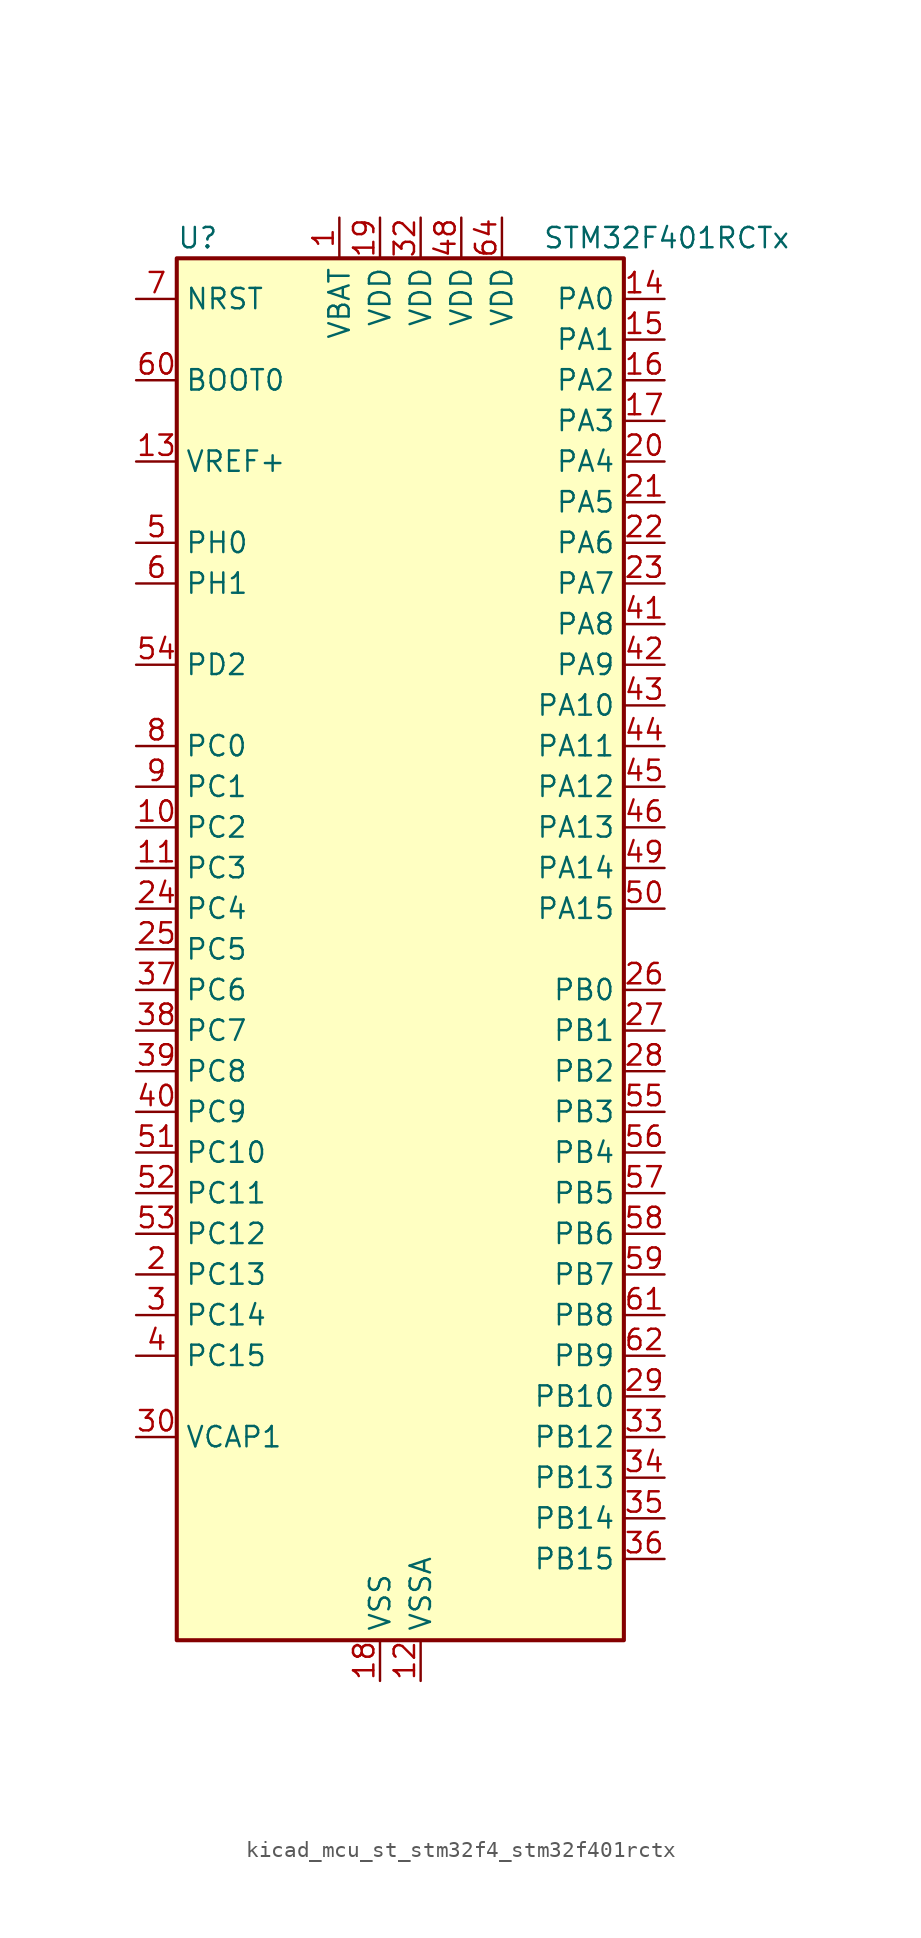
<source format=kicad_sym>
(kicad_symbol_lib
  (version 20220914)
  (generator kicad_symbol_editor)
  (symbol "kicad_mcu_st_stm32f4_stm32f401rctx"
    (property "Reference" "U"
      (at -12.7 44.45 0)
      (effects (font (size 1.27 1.27)) (justify left)))
    (property "Value" "STM32F401RCTx"
      (at 10.16 44.45 0)
      (effects (font (size 1.27 1.27)) (justify left)))
    (property "ki_locked" ""
      (at 0 0 0)
      (effects (font (size 1.27 1.27))))
    (symbol "kicad_mcu_st_stm32f4_stm32f401rctx_0_1"
      (rectangle (start -12.7 -43.18) (end 15.24 43.18) (stroke (width 0.254) (type default)) (fill (type background))))
    (symbol "kicad_mcu_st_stm32f4_stm32f401rctx_1_1"
      (pin power_in line (at -2.54 45.72 270) (length 2.54) (name "VBAT" (effects (font (size 1.27 1.27)))) (number "1" (effects (font (size 1.27 1.27)))))
      (pin bidirectional line (at -15.24 7.62 0) (length 2.54) (name "PC2" (effects (font (size 1.27 1.27)))) (number "10" (effects (font (size 1.27 1.27)))) (alternate "ADC1_IN12" bidirectional line) (alternate "I2S2_ext_SD" bidirectional line) (alternate "SPI2_MISO" bidirectional line))
      (pin bidirectional line (at -15.24 5.08 0) (length 2.54) (name "PC3" (effects (font (size 1.27 1.27)))) (number "11" (effects (font (size 1.27 1.27)))) (alternate "ADC1_IN13" bidirectional line) (alternate "I2S2_SD" bidirectional line) (alternate "SPI2_MOSI" bidirectional line))
      (pin power_in line (at 2.54 -45.72 90) (length 2.54) (name "VSSA" (effects (font (size 1.27 1.27)))) (number "12" (effects (font (size 1.27 1.27)))))
      (pin input line (at -15.24 30.48 0) (length 2.54) (name "VREF+" (effects (font (size 1.27 1.27)))) (number "13" (effects (font (size 1.27 1.27)))))
      (pin bidirectional line (at 17.78 40.64 180) (length 2.54) (name "PA0" (effects (font (size 1.27 1.27)))) (number "14" (effects (font (size 1.27 1.27)))) (alternate "ADC1_IN0" bidirectional line) (alternate "SYS_WKUP" bidirectional line) (alternate "TIM2_CH1" bidirectional line) (alternate "TIM2_ETR" bidirectional line) (alternate "TIM5_CH1" bidirectional line) (alternate "USART2_CTS" bidirectional line))
      (pin bidirectional line (at 17.78 38.1 180) (length 2.54) (name "PA1" (effects (font (size 1.27 1.27)))) (number "15" (effects (font (size 1.27 1.27)))) (alternate "ADC1_IN1" bidirectional line) (alternate "TIM2_CH2" bidirectional line) (alternate "TIM5_CH2" bidirectional line) (alternate "USART2_RTS" bidirectional line))
      (pin bidirectional line (at 17.78 35.56 180) (length 2.54) (name "PA2" (effects (font (size 1.27 1.27)))) (number "16" (effects (font (size 1.27 1.27)))) (alternate "ADC1_IN2" bidirectional line) (alternate "TIM2_CH3" bidirectional line) (alternate "TIM5_CH3" bidirectional line) (alternate "TIM9_CH1" bidirectional line) (alternate "USART2_TX" bidirectional line))
      (pin bidirectional line (at 17.78 33.02 180) (length 2.54) (name "PA3" (effects (font (size 1.27 1.27)))) (number "17" (effects (font (size 1.27 1.27)))) (alternate "ADC1_IN3" bidirectional line) (alternate "TIM2_CH4" bidirectional line) (alternate "TIM5_CH4" bidirectional line) (alternate "TIM9_CH2" bidirectional line) (alternate "USART2_RX" bidirectional line))
      (pin power_in line (at 0 -45.72 90) (length 2.54) (name "VSS" (effects (font (size 1.27 1.27)))) (number "18" (effects (font (size 1.27 1.27)))))
      (pin power_in line (at 0 45.72 270) (length 2.54) (name "VDD" (effects (font (size 1.27 1.27)))) (number "19" (effects (font (size 1.27 1.27)))))
      (pin bidirectional line (at -15.24 -20.32 0) (length 2.54) (name "PC13" (effects (font (size 1.27 1.27)))) (number "2" (effects (font (size 1.27 1.27)))) (alternate "RTC_AF1" bidirectional line))
      (pin bidirectional line (at 17.78 30.48 180) (length 2.54) (name "PA4" (effects (font (size 1.27 1.27)))) (number "20" (effects (font (size 1.27 1.27)))) (alternate "ADC1_IN4" bidirectional line) (alternate "I2S3_WS" bidirectional line) (alternate "SPI1_NSS" bidirectional line) (alternate "SPI3_NSS" bidirectional line) (alternate "USART2_CK" bidirectional line))
      (pin bidirectional line (at 17.78 27.94 180) (length 2.54) (name "PA5" (effects (font (size 1.27 1.27)))) (number "21" (effects (font (size 1.27 1.27)))) (alternate "ADC1_IN5" bidirectional line) (alternate "SPI1_SCK" bidirectional line) (alternate "TIM2_CH1" bidirectional line) (alternate "TIM2_ETR" bidirectional line))
      (pin bidirectional line (at 17.78 25.4 180) (length 2.54) (name "PA6" (effects (font (size 1.27 1.27)))) (number "22" (effects (font (size 1.27 1.27)))) (alternate "ADC1_IN6" bidirectional line) (alternate "SPI1_MISO" bidirectional line) (alternate "TIM1_BKIN" bidirectional line) (alternate "TIM3_CH1" bidirectional line))
      (pin bidirectional line (at 17.78 22.86 180) (length 2.54) (name "PA7" (effects (font (size 1.27 1.27)))) (number "23" (effects (font (size 1.27 1.27)))) (alternate "ADC1_IN7" bidirectional line) (alternate "SPI1_MOSI" bidirectional line) (alternate "TIM1_CH1N" bidirectional line) (alternate "TIM3_CH2" bidirectional line))
      (pin bidirectional line (at -15.24 2.54 0) (length 2.54) (name "PC4" (effects (font (size 1.27 1.27)))) (number "24" (effects (font (size 1.27 1.27)))) (alternate "ADC1_IN14" bidirectional line))
      (pin bidirectional line (at -15.24 0 0) (length 2.54) (name "PC5" (effects (font (size 1.27 1.27)))) (number "25" (effects (font (size 1.27 1.27)))) (alternate "ADC1_IN15" bidirectional line))
      (pin bidirectional line (at 17.78 -2.54 180) (length 2.54) (name "PB0" (effects (font (size 1.27 1.27)))) (number "26" (effects (font (size 1.27 1.27)))) (alternate "ADC1_IN8" bidirectional line) (alternate "TIM1_CH2N" bidirectional line) (alternate "TIM3_CH3" bidirectional line))
      (pin bidirectional line (at 17.78 -5.08 180) (length 2.54) (name "PB1" (effects (font (size 1.27 1.27)))) (number "27" (effects (font (size 1.27 1.27)))) (alternate "ADC1_IN9" bidirectional line) (alternate "TIM1_CH3N" bidirectional line) (alternate "TIM3_CH4" bidirectional line))
      (pin bidirectional line (at 17.78 -7.62 180) (length 2.54) (name "PB2" (effects (font (size 1.27 1.27)))) (number "28" (effects (font (size 1.27 1.27)))))
      (pin bidirectional line (at 17.78 -27.94 180) (length 2.54) (name "PB10" (effects (font (size 1.27 1.27)))) (number "29" (effects (font (size 1.27 1.27)))) (alternate "I2C2_SCL" bidirectional line) (alternate "I2S2_CK" bidirectional line) (alternate "SPI2_SCK" bidirectional line) (alternate "TIM2_CH3" bidirectional line))
      (pin bidirectional line (at -15.24 -22.86 0) (length 2.54) (name "PC14" (effects (font (size 1.27 1.27)))) (number "3" (effects (font (size 1.27 1.27)))) (alternate "RCC_OSC32_IN" bidirectional line))
      (pin power_out line (at -15.24 -30.48 0) (length 2.54) (name "VCAP1" (effects (font (size 1.27 1.27)))) (number "30" (effects (font (size 1.27 1.27)))))
      (pin passive line (at 0 -45.72 90) (length 2.54) hide (name "VSS" (effects (font (size 1.27 1.27)))) (number "31" (effects (font (size 1.27 1.27)))))
      (pin power_in line (at 2.54 45.72 270) (length 2.54) (name "VDD" (effects (font (size 1.27 1.27)))) (number "32" (effects (font (size 1.27 1.27)))))
      (pin bidirectional line (at 17.78 -30.48 180) (length 2.54) (name "PB12" (effects (font (size 1.27 1.27)))) (number "33" (effects (font (size 1.27 1.27)))) (alternate "I2C2_SMBA" bidirectional line) (alternate "I2S2_WS" bidirectional line) (alternate "SPI2_NSS" bidirectional line) (alternate "TIM1_BKIN" bidirectional line))
      (pin bidirectional line (at 17.78 -33.02 180) (length 2.54) (name "PB13" (effects (font (size 1.27 1.27)))) (number "34" (effects (font (size 1.27 1.27)))) (alternate "I2S2_CK" bidirectional line) (alternate "SPI2_SCK" bidirectional line) (alternate "TIM1_CH1N" bidirectional line))
      (pin bidirectional line (at 17.78 -35.56 180) (length 2.54) (name "PB14" (effects (font (size 1.27 1.27)))) (number "35" (effects (font (size 1.27 1.27)))) (alternate "I2S2_ext_SD" bidirectional line) (alternate "SPI2_MISO" bidirectional line) (alternate "TIM1_CH2N" bidirectional line))
      (pin bidirectional line (at 17.78 -38.1 180) (length 2.54) (name "PB15" (effects (font (size 1.27 1.27)))) (number "36" (effects (font (size 1.27 1.27)))) (alternate "ADC1_EXTI15" bidirectional line) (alternate "I2S2_SD" bidirectional line) (alternate "RTC_REFIN" bidirectional line) (alternate "SPI2_MOSI" bidirectional line) (alternate "TIM1_CH3N" bidirectional line))
      (pin bidirectional line (at -15.24 -2.54 0) (length 2.54) (name "PC6" (effects (font (size 1.27 1.27)))) (number "37" (effects (font (size 1.27 1.27)))) (alternate "I2S2_MCK" bidirectional line) (alternate "SDIO_D6" bidirectional line) (alternate "TIM3_CH1" bidirectional line) (alternate "USART6_TX" bidirectional line))
      (pin bidirectional line (at -15.24 -5.08 0) (length 2.54) (name "PC7" (effects (font (size 1.27 1.27)))) (number "38" (effects (font (size 1.27 1.27)))) (alternate "I2S3_MCK" bidirectional line) (alternate "SDIO_D7" bidirectional line) (alternate "TIM3_CH2" bidirectional line) (alternate "USART6_RX" bidirectional line))
      (pin bidirectional line (at -15.24 -7.62 0) (length 2.54) (name "PC8" (effects (font (size 1.27 1.27)))) (number "39" (effects (font (size 1.27 1.27)))) (alternate "SDIO_D0" bidirectional line) (alternate "TIM3_CH3" bidirectional line) (alternate "USART6_CK" bidirectional line))
      (pin bidirectional line (at -15.24 -25.4 0) (length 2.54) (name "PC15" (effects (font (size 1.27 1.27)))) (number "4" (effects (font (size 1.27 1.27)))) (alternate "ADC1_EXTI15" bidirectional line) (alternate "RCC_OSC32_OUT" bidirectional line))
      (pin bidirectional line (at -15.24 -10.16 0) (length 2.54) (name "PC9" (effects (font (size 1.27 1.27)))) (number "40" (effects (font (size 1.27 1.27)))) (alternate "I2C3_SDA" bidirectional line) (alternate "I2S_CKIN" bidirectional line) (alternate "RCC_MCO_2" bidirectional line) (alternate "SDIO_D1" bidirectional line) (alternate "TIM3_CH4" bidirectional line))
      (pin bidirectional line (at 17.78 20.32 180) (length 2.54) (name "PA8" (effects (font (size 1.27 1.27)))) (number "41" (effects (font (size 1.27 1.27)))) (alternate "I2C3_SCL" bidirectional line) (alternate "RCC_MCO_1" bidirectional line) (alternate "TIM1_CH1" bidirectional line) (alternate "USART1_CK" bidirectional line) (alternate "USB_OTG_FS_SOF" bidirectional line))
      (pin bidirectional line (at 17.78 17.78 180) (length 2.54) (name "PA9" (effects (font (size 1.27 1.27)))) (number "42" (effects (font (size 1.27 1.27)))) (alternate "I2C3_SMBA" bidirectional line) (alternate "TIM1_CH2" bidirectional line) (alternate "USART1_TX" bidirectional line) (alternate "USB_OTG_FS_VBUS" bidirectional line))
      (pin bidirectional line (at 17.78 15.24 180) (length 2.54) (name "PA10" (effects (font (size 1.27 1.27)))) (number "43" (effects (font (size 1.27 1.27)))) (alternate "TIM1_CH3" bidirectional line) (alternate "USART1_RX" bidirectional line) (alternate "USB_OTG_FS_ID" bidirectional line))
      (pin bidirectional line (at 17.78 12.7 180) (length 2.54) (name "PA11" (effects (font (size 1.27 1.27)))) (number "44" (effects (font (size 1.27 1.27)))) (alternate "ADC1_EXTI11" bidirectional line) (alternate "TIM1_CH4" bidirectional line) (alternate "USART1_CTS" bidirectional line) (alternate "USART6_TX" bidirectional line) (alternate "USB_OTG_FS_DM" bidirectional line))
      (pin bidirectional line (at 17.78 10.16 180) (length 2.54) (name "PA12" (effects (font (size 1.27 1.27)))) (number "45" (effects (font (size 1.27 1.27)))) (alternate "TIM1_ETR" bidirectional line) (alternate "USART1_RTS" bidirectional line) (alternate "USART6_RX" bidirectional line) (alternate "USB_OTG_FS_DP" bidirectional line))
      (pin bidirectional line (at 17.78 7.62 180) (length 2.54) (name "PA13" (effects (font (size 1.27 1.27)))) (number "46" (effects (font (size 1.27 1.27)))) (alternate "SYS_JTMS-SWDIO" bidirectional line))
      (pin passive line (at 0 -45.72 90) (length 2.54) hide (name "VSS" (effects (font (size 1.27 1.27)))) (number "47" (effects (font (size 1.27 1.27)))))
      (pin power_in line (at 5.08 45.72 270) (length 2.54) (name "VDD" (effects (font (size 1.27 1.27)))) (number "48" (effects (font (size 1.27 1.27)))))
      (pin bidirectional line (at 17.78 5.08 180) (length 2.54) (name "PA14" (effects (font (size 1.27 1.27)))) (number "49" (effects (font (size 1.27 1.27)))) (alternate "SYS_JTCK-SWCLK" bidirectional line))
      (pin bidirectional line (at -15.24 25.4 0) (length 2.54) (name "PH0" (effects (font (size 1.27 1.27)))) (number "5" (effects (font (size 1.27 1.27)))) (alternate "RCC_OSC_IN" bidirectional line))
      (pin bidirectional line (at 17.78 2.54 180) (length 2.54) (name "PA15" (effects (font (size 1.27 1.27)))) (number "50" (effects (font (size 1.27 1.27)))) (alternate "ADC1_EXTI15" bidirectional line) (alternate "I2S3_WS" bidirectional line) (alternate "SPI1_NSS" bidirectional line) (alternate "SPI3_NSS" bidirectional line) (alternate "SYS_JTDI" bidirectional line) (alternate "TIM2_CH1" bidirectional line) (alternate "TIM2_ETR" bidirectional line))
      (pin bidirectional line (at -15.24 -12.7 0) (length 2.54) (name "PC10" (effects (font (size 1.27 1.27)))) (number "51" (effects (font (size 1.27 1.27)))) (alternate "I2S3_CK" bidirectional line) (alternate "SDIO_D2" bidirectional line) (alternate "SPI3_SCK" bidirectional line))
      (pin bidirectional line (at -15.24 -15.24 0) (length 2.54) (name "PC11" (effects (font (size 1.27 1.27)))) (number "52" (effects (font (size 1.27 1.27)))) (alternate "ADC1_EXTI11" bidirectional line) (alternate "I2S3_ext_SD" bidirectional line) (alternate "SDIO_D3" bidirectional line) (alternate "SPI3_MISO" bidirectional line))
      (pin bidirectional line (at -15.24 -17.78 0) (length 2.54) (name "PC12" (effects (font (size 1.27 1.27)))) (number "53" (effects (font (size 1.27 1.27)))) (alternate "I2S3_SD" bidirectional line) (alternate "SDIO_CK" bidirectional line) (alternate "SPI3_MOSI" bidirectional line))
      (pin bidirectional line (at -15.24 17.78 0) (length 2.54) (name "PD2" (effects (font (size 1.27 1.27)))) (number "54" (effects (font (size 1.27 1.27)))) (alternate "SDIO_CMD" bidirectional line) (alternate "TIM3_ETR" bidirectional line))
      (pin bidirectional line (at 17.78 -10.16 180) (length 2.54) (name "PB3" (effects (font (size 1.27 1.27)))) (number "55" (effects (font (size 1.27 1.27)))) (alternate "I2C2_SDA" bidirectional line) (alternate "I2S3_CK" bidirectional line) (alternate "SPI1_SCK" bidirectional line) (alternate "SPI3_SCK" bidirectional line) (alternate "SYS_JTDO-SWO" bidirectional line) (alternate "TIM2_CH2" bidirectional line))
      (pin bidirectional line (at 17.78 -12.7 180) (length 2.54) (name "PB4" (effects (font (size 1.27 1.27)))) (number "56" (effects (font (size 1.27 1.27)))) (alternate "I2C3_SDA" bidirectional line) (alternate "I2S3_ext_SD" bidirectional line) (alternate "SPI1_MISO" bidirectional line) (alternate "SPI3_MISO" bidirectional line) (alternate "SYS_JTRST" bidirectional line) (alternate "TIM3_CH1" bidirectional line))
      (pin bidirectional line (at 17.78 -15.24 180) (length 2.54) (name "PB5" (effects (font (size 1.27 1.27)))) (number "57" (effects (font (size 1.27 1.27)))) (alternate "I2C1_SMBA" bidirectional line) (alternate "I2S3_SD" bidirectional line) (alternate "SPI1_MOSI" bidirectional line) (alternate "SPI3_MOSI" bidirectional line) (alternate "TIM3_CH2" bidirectional line))
      (pin bidirectional line (at 17.78 -17.78 180) (length 2.54) (name "PB6" (effects (font (size 1.27 1.27)))) (number "58" (effects (font (size 1.27 1.27)))) (alternate "I2C1_SCL" bidirectional line) (alternate "TIM4_CH1" bidirectional line) (alternate "USART1_TX" bidirectional line))
      (pin bidirectional line (at 17.78 -20.32 180) (length 2.54) (name "PB7" (effects (font (size 1.27 1.27)))) (number "59" (effects (font (size 1.27 1.27)))) (alternate "I2C1_SDA" bidirectional line) (alternate "TIM4_CH2" bidirectional line) (alternate "USART1_RX" bidirectional line))
      (pin bidirectional line (at -15.24 22.86 0) (length 2.54) (name "PH1" (effects (font (size 1.27 1.27)))) (number "6" (effects (font (size 1.27 1.27)))) (alternate "RCC_OSC_OUT" bidirectional line))
      (pin input line (at -15.24 35.56 0) (length 2.54) (name "BOOT0" (effects (font (size 1.27 1.27)))) (number "60" (effects (font (size 1.27 1.27)))))
      (pin bidirectional line (at 17.78 -22.86 180) (length 2.54) (name "PB8" (effects (font (size 1.27 1.27)))) (number "61" (effects (font (size 1.27 1.27)))) (alternate "I2C1_SCL" bidirectional line) (alternate "SDIO_D4" bidirectional line) (alternate "TIM10_CH1" bidirectional line) (alternate "TIM4_CH3" bidirectional line))
      (pin bidirectional line (at 17.78 -25.4 180) (length 2.54) (name "PB9" (effects (font (size 1.27 1.27)))) (number "62" (effects (font (size 1.27 1.27)))) (alternate "I2C1_SDA" bidirectional line) (alternate "I2S2_WS" bidirectional line) (alternate "SDIO_D5" bidirectional line) (alternate "SPI2_NSS" bidirectional line) (alternate "TIM11_CH1" bidirectional line) (alternate "TIM4_CH4" bidirectional line))
      (pin passive line (at 0 -45.72 90) (length 2.54) hide (name "VSS" (effects (font (size 1.27 1.27)))) (number "63" (effects (font (size 1.27 1.27)))))
      (pin power_in line (at 7.62 45.72 270) (length 2.54) (name "VDD" (effects (font (size 1.27 1.27)))) (number "64" (effects (font (size 1.27 1.27)))))
      (pin input line (at -15.24 40.64 0) (length 2.54) (name "NRST" (effects (font (size 1.27 1.27)))) (number "7" (effects (font (size 1.27 1.27)))))
      (pin bidirectional line (at -15.24 12.7 0) (length 2.54) (name "PC0" (effects (font (size 1.27 1.27)))) (number "8" (effects (font (size 1.27 1.27)))) (alternate "ADC1_IN10" bidirectional line))
      (pin bidirectional line (at -15.24 10.16 0) (length 2.54) (name "PC1" (effects (font (size 1.27 1.27)))) (number "9" (effects (font (size 1.27 1.27)))) (alternate "ADC1_IN11" bidirectional line)))))
</source>
